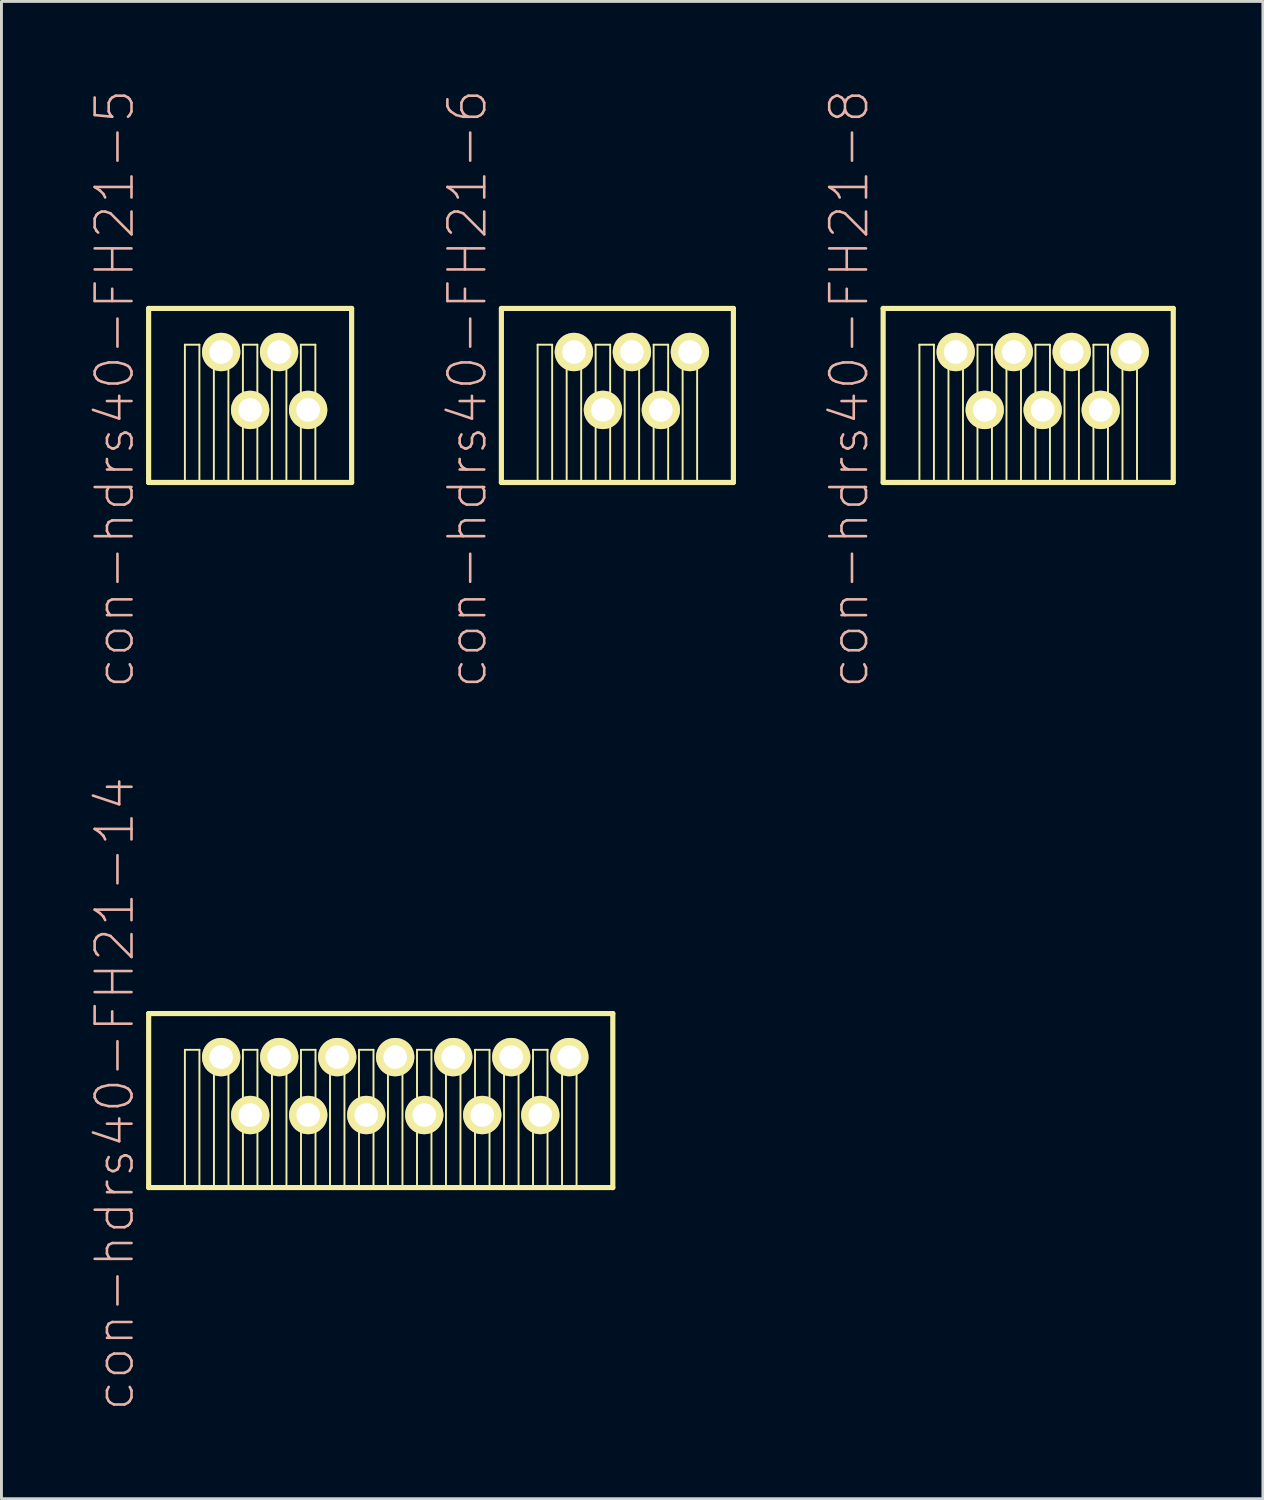
<source format=kicad_pcb>
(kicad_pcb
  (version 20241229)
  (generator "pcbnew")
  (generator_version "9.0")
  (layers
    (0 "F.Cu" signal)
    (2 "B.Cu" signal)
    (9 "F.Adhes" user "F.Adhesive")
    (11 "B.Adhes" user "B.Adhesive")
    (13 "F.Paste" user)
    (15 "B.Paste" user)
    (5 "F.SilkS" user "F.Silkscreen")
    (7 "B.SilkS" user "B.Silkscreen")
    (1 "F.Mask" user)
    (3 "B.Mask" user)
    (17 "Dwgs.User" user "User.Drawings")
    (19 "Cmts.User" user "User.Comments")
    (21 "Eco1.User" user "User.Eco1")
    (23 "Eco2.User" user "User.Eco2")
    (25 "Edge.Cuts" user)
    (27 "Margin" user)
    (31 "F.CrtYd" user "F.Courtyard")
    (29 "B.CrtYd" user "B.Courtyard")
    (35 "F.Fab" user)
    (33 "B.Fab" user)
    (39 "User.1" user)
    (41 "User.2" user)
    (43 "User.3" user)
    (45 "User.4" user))
  (footprint "con-hdrs40-FH21-8"
    (layer "F.Cu")
    (at 32.385 10.079)
    (property "Reference" "con-hdrs40-FH21-8" (at -6.172 0.269 90) (layer "B.SilkS") (effects (font (size 1.27 1.27) (thickness 0.089))))
    (attr exclude_from_pos_files exclude_from_bom)
    (fp_line (start -4.999 -2.499) (end 4.999 -2.499) (stroke (width 0.178) (type solid)) (layer "F.SilkS"))
    (fp_line (start -4.999 3.498) (end -4.999 -2.499) (stroke (width 0.178) (type solid)) (layer "F.SilkS"))
    (fp_line (start -3.749 -1.25) (end -3.249 -1.25) (stroke (width 0.066) (type solid)) (layer "F.SilkS"))
    (fp_line (start -3.749 3.498) (end -3.749 -1.25) (stroke (width 0.066) (type solid)) (layer "F.SilkS"))
    (fp_line (start -3.749 3.498) (end -3.249 3.498) (stroke (width 0.066) (type solid)) (layer "F.SilkS"))
    (fp_line (start -3.249 3.498) (end -3.249 -1.25) (stroke (width 0.066) (type solid)) (layer "F.SilkS"))
    (fp_line (start -2.748 -1.25) (end -2.248 -1.25) (stroke (width 0.066) (type solid)) (layer "F.SilkS"))
    (fp_line (start -2.748 3.498) (end -2.748 -1.25) (stroke (width 0.066) (type solid)) (layer "F.SilkS"))
    (fp_line (start -2.748 3.498) (end -2.248 3.498) (stroke (width 0.066) (type solid)) (layer "F.SilkS"))
    (fp_line (start -2.248 3.498) (end -2.248 -1.25) (stroke (width 0.066) (type solid)) (layer "F.SilkS"))
    (fp_line (start -1.748 -1.25) (end -1.25 -1.25) (stroke (width 0.066) (type solid)) (layer "F.SilkS"))
    (fp_line (start -1.748 3.498) (end -1.748 -1.25) (stroke (width 0.066) (type solid)) (layer "F.SilkS"))
    (fp_line (start -1.748 3.498) (end -1.25 3.498) (stroke (width 0.066) (type solid)) (layer "F.SilkS"))
    (fp_line (start -1.25 3.498) (end -1.25 -1.25) (stroke (width 0.066) (type solid)) (layer "F.SilkS"))
    (fp_line (start -0.749 -1.25) (end -0.249 -1.25) (stroke (width 0.066) (type solid)) (layer "F.SilkS"))
    (fp_line (start -0.749 3.498) (end -0.749 -1.25) (stroke (width 0.066) (type solid)) (layer "F.SilkS"))
    (fp_line (start -0.749 3.498) (end -0.249 3.498) (stroke (width 0.066) (type solid)) (layer "F.SilkS"))
    (fp_line (start -0.249 3.498) (end -0.249 -1.25) (stroke (width 0.066) (type solid)) (layer "F.SilkS"))
    (fp_line (start 0.249 -1.25) (end 0.749 -1.25) (stroke (width 0.066) (type solid)) (layer "F.SilkS"))
    (fp_line (start 0.249 3.498) (end 0.249 -1.25) (stroke (width 0.066) (type solid)) (layer "F.SilkS"))
    (fp_line (start 0.249 3.498) (end 0.749 3.498) (stroke (width 0.066) (type solid)) (layer "F.SilkS"))
    (fp_line (start 0.749 3.498) (end 0.749 -1.25) (stroke (width 0.066) (type solid)) (layer "F.SilkS"))
    (fp_line (start 1.25 -1.25) (end 1.748 -1.25) (stroke (width 0.066) (type solid)) (layer "F.SilkS"))
    (fp_line (start 1.25 3.498) (end 1.25 -1.25) (stroke (width 0.066) (type solid)) (layer "F.SilkS"))
    (fp_line (start 1.25 3.498) (end 1.748 3.498) (stroke (width 0.066) (type solid)) (layer "F.SilkS"))
    (fp_line (start 1.748 3.498) (end 1.748 -1.25) (stroke (width 0.066) (type solid)) (layer "F.SilkS"))
    (fp_line (start 2.248 -1.25) (end 2.748 -1.25) (stroke (width 0.066) (type solid)) (layer "F.SilkS"))
    (fp_line (start 2.248 3.498) (end 2.248 -1.25) (stroke (width 0.066) (type solid)) (layer "F.SilkS"))
    (fp_line (start 2.248 3.498) (end 2.748 3.498) (stroke (width 0.066) (type solid)) (layer "F.SilkS"))
    (fp_line (start 2.748 3.498) (end 2.748 -1.25) (stroke (width 0.066) (type solid)) (layer "F.SilkS"))
    (fp_line (start 3.249 -1.25) (end 3.749 -1.25) (stroke (width 0.066) (type solid)) (layer "F.SilkS"))
    (fp_line (start 3.249 3.498) (end 3.249 -1.25) (stroke (width 0.066) (type solid)) (layer "F.SilkS"))
    (fp_line (start 3.249 3.498) (end 3.749 3.498) (stroke (width 0.066) (type solid)) (layer "F.SilkS"))
    (fp_line (start 3.749 3.498) (end 3.749 -1.25) (stroke (width 0.066) (type solid)) (layer "F.SilkS"))
    (fp_line (start 4.999 -2.499) (end 4.999 3.498) (stroke (width 0.178) (type solid)) (layer "F.SilkS"))
    (fp_line (start 4.999 3.498) (end -4.999 3.498) (stroke (width 0.178) (type solid)) (layer "F.SilkS"))
    (pad "1" thru_hole rect (at -3.498 0.998) (size 0.001 0.001) (drill 0.813) (layers "*.Cu" "F.Mask" "F.SilkS" "F.Paste"))
    (pad "2" thru_hole circle (at -2.499 -0.998) (size 1.321 1.321) (drill 0.813) (layers "*.Cu" "F.Mask" "F.SilkS" "F.Paste"))
    (pad "3" thru_hole circle (at -1.499 0.998) (size 1.321 1.321) (drill 0.813) (layers "*.Cu" "F.Mask" "F.SilkS" "F.Paste"))
    (pad "4" thru_hole circle (at -0.498 -0.998) (size 1.321 1.321) (drill 0.813) (layers "*.Cu" "F.Mask" "F.SilkS" "F.Paste"))
    (pad "5" thru_hole circle (at 0.498 0.998) (size 1.321 1.321) (drill 0.813) (layers "*.Cu" "F.Mask" "F.SilkS" "F.Paste"))
    (pad "6" thru_hole circle (at 1.499 -0.998) (size 1.321 1.321) (drill 0.813) (layers "*.Cu" "F.Mask" "F.SilkS" "F.Paste"))
    (pad "7" thru_hole circle (at 2.499 0.998) (size 1.321 1.321) (drill 0.813) (layers "*.Cu" "F.Mask" "F.SilkS" "F.Paste"))
    (pad "8" thru_hole circle (at 3.498 -0.998) (size 1.321 1.321) (drill 0.813) (layers "*.Cu" "F.Mask" "F.SilkS" "F.Paste")))
  (footprint "con-hdrs40-FH21-14"
    (layer "F.Cu")
    (at 10.071 34.379)
    (property "Reference" "con-hdrs40-FH21-14" (at -9.172 0.269 90) (layer "B.SilkS") (effects (font (size 1.27 1.27) (thickness 0.089))))
    (attr exclude_from_pos_files exclude_from_bom)
    (fp_line (start -7.998 -2.499) (end 7.998 -2.499) (stroke (width 0.178) (type solid)) (layer "F.SilkS"))
    (fp_line (start -7.998 3.498) (end -7.998 -2.499) (stroke (width 0.178) (type solid)) (layer "F.SilkS"))
    (fp_line (start -6.749 -1.25) (end -6.248 -1.25) (stroke (width 0.066) (type solid)) (layer "F.SilkS"))
    (fp_line (start -6.749 3.498) (end -6.749 -1.25) (stroke (width 0.066) (type solid)) (layer "F.SilkS"))
    (fp_line (start -6.749 3.498) (end -6.248 3.498) (stroke (width 0.066) (type solid)) (layer "F.SilkS"))
    (fp_line (start -6.248 3.498) (end -6.248 -1.25) (stroke (width 0.066) (type solid)) (layer "F.SilkS"))
    (fp_line (start -5.748 -1.25) (end -5.248 -1.25) (stroke (width 0.066) (type solid)) (layer "F.SilkS"))
    (fp_line (start -5.748 3.498) (end -5.748 -1.25) (stroke (width 0.066) (type solid)) (layer "F.SilkS"))
    (fp_line (start -5.748 3.498) (end -5.248 3.498) (stroke (width 0.066) (type solid)) (layer "F.SilkS"))
    (fp_line (start -5.248 3.498) (end -5.248 -1.25) (stroke (width 0.066) (type solid)) (layer "F.SilkS"))
    (fp_line (start -4.75 -1.25) (end -4.249 -1.25) (stroke (width 0.066) (type solid)) (layer "F.SilkS"))
    (fp_line (start -4.75 3.498) (end -4.75 -1.25) (stroke (width 0.066) (type solid)) (layer "F.SilkS"))
    (fp_line (start -4.75 3.498) (end -4.249 3.498) (stroke (width 0.066) (type solid)) (layer "F.SilkS"))
    (fp_line (start -4.249 3.498) (end -4.249 -1.25) (stroke (width 0.066) (type solid)) (layer "F.SilkS"))
    (fp_line (start -3.749 -1.25) (end -3.249 -1.25) (stroke (width 0.066) (type solid)) (layer "F.SilkS"))
    (fp_line (start -3.749 3.498) (end -3.749 -1.25) (stroke (width 0.066) (type solid)) (layer "F.SilkS"))
    (fp_line (start -3.749 3.498) (end -3.249 3.498) (stroke (width 0.066) (type solid)) (layer "F.SilkS"))
    (fp_line (start -3.249 3.498) (end -3.249 -1.25) (stroke (width 0.066) (type solid)) (layer "F.SilkS"))
    (fp_line (start -2.748 -1.25) (end -2.248 -1.25) (stroke (width 0.066) (type solid)) (layer "F.SilkS"))
    (fp_line (start -2.748 3.498) (end -2.748 -1.25) (stroke (width 0.066) (type solid)) (layer "F.SilkS"))
    (fp_line (start -2.748 3.498) (end -2.248 3.498) (stroke (width 0.066) (type solid)) (layer "F.SilkS"))
    (fp_line (start -2.248 3.498) (end -2.248 -1.25) (stroke (width 0.066) (type solid)) (layer "F.SilkS"))
    (fp_line (start -1.748 -1.25) (end -1.25 -1.25) (stroke (width 0.066) (type solid)) (layer "F.SilkS"))
    (fp_line (start -1.748 3.498) (end -1.748 -1.25) (stroke (width 0.066) (type solid)) (layer "F.SilkS"))
    (fp_line (start -1.748 3.498) (end -1.25 3.498) (stroke (width 0.066) (type solid)) (layer "F.SilkS"))
    (fp_line (start -1.25 3.498) (end -1.25 -1.25) (stroke (width 0.066) (type solid)) (layer "F.SilkS"))
    (fp_line (start -0.749 -1.25) (end -0.249 -1.25) (stroke (width 0.066) (type solid)) (layer "F.SilkS"))
    (fp_line (start -0.749 3.498) (end -0.749 -1.25) (stroke (width 0.066) (type solid)) (layer "F.SilkS"))
    (fp_line (start -0.749 3.498) (end -0.249 3.498) (stroke (width 0.066) (type solid)) (layer "F.SilkS"))
    (fp_line (start -0.249 3.498) (end -0.249 -1.25) (stroke (width 0.066) (type solid)) (layer "F.SilkS"))
    (fp_line (start 0.249 -1.25) (end 0.749 -1.25) (stroke (width 0.066) (type solid)) (layer "F.SilkS"))
    (fp_line (start 0.249 3.498) (end 0.249 -1.25) (stroke (width 0.066) (type solid)) (layer "F.SilkS"))
    (fp_line (start 0.249 3.498) (end 0.749 3.498) (stroke (width 0.066) (type solid)) (layer "F.SilkS"))
    (fp_line (start 0.749 3.498) (end 0.749 -1.25) (stroke (width 0.066) (type solid)) (layer "F.SilkS"))
    (fp_line (start 1.25 -1.25) (end 1.748 -1.25) (stroke (width 0.066) (type solid)) (layer "F.SilkS"))
    (fp_line (start 1.25 3.498) (end 1.25 -1.25) (stroke (width 0.066) (type solid)) (layer "F.SilkS"))
    (fp_line (start 1.25 3.498) (end 1.748 3.498) (stroke (width 0.066) (type solid)) (layer "F.SilkS"))
    (fp_line (start 1.748 3.498) (end 1.748 -1.25) (stroke (width 0.066) (type solid)) (layer "F.SilkS"))
    (fp_line (start 2.248 -1.25) (end 2.748 -1.25) (stroke (width 0.066) (type solid)) (layer "F.SilkS"))
    (fp_line (start 2.248 3.498) (end 2.248 -1.25) (stroke (width 0.066) (type solid)) (layer "F.SilkS"))
    (fp_line (start 2.248 3.498) (end 2.748 3.498) (stroke (width 0.066) (type solid)) (layer "F.SilkS"))
    (fp_line (start 2.748 3.498) (end 2.748 -1.25) (stroke (width 0.066) (type solid)) (layer "F.SilkS"))
    (fp_line (start 3.249 -1.25) (end 3.749 -1.25) (stroke (width 0.066) (type solid)) (layer "F.SilkS"))
    (fp_line (start 3.249 3.498) (end 3.249 -1.25) (stroke (width 0.066) (type solid)) (layer "F.SilkS"))
    (fp_line (start 3.249 3.498) (end 3.749 3.498) (stroke (width 0.066) (type solid)) (layer "F.SilkS"))
    (fp_line (start 3.749 3.498) (end 3.749 -1.25) (stroke (width 0.066) (type solid)) (layer "F.SilkS"))
    (fp_line (start 4.249 -1.25) (end 4.75 -1.25) (stroke (width 0.066) (type solid)) (layer "F.SilkS"))
    (fp_line (start 4.249 3.498) (end 4.249 -1.25) (stroke (width 0.066) (type solid)) (layer "F.SilkS"))
    (fp_line (start 4.249 3.498) (end 4.75 3.498) (stroke (width 0.066) (type solid)) (layer "F.SilkS"))
    (fp_line (start 4.75 3.498) (end 4.75 -1.25) (stroke (width 0.066) (type solid)) (layer "F.SilkS"))
    (fp_line (start 5.248 -1.25) (end 5.748 -1.25) (stroke (width 0.066) (type solid)) (layer "F.SilkS"))
    (fp_line (start 5.248 3.498) (end 5.248 -1.25) (stroke (width 0.066) (type solid)) (layer "F.SilkS"))
    (fp_line (start 5.248 3.498) (end 5.748 3.498) (stroke (width 0.066) (type solid)) (layer "F.SilkS"))
    (fp_line (start 5.748 3.498) (end 5.748 -1.25) (stroke (width 0.066) (type solid)) (layer "F.SilkS"))
    (fp_line (start 6.248 -1.25) (end 6.749 -1.25) (stroke (width 0.066) (type solid)) (layer "F.SilkS"))
    (fp_line (start 6.248 3.498) (end 6.248 -1.25) (stroke (width 0.066) (type solid)) (layer "F.SilkS"))
    (fp_line (start 6.248 3.498) (end 6.749 3.498) (stroke (width 0.066) (type solid)) (layer "F.SilkS"))
    (fp_line (start 6.749 3.498) (end 6.749 -1.25) (stroke (width 0.066) (type solid)) (layer "F.SilkS"))
    (fp_line (start 7.998 -2.499) (end 7.998 3.498) (stroke (width 0.178) (type solid)) (layer "F.SilkS"))
    (fp_line (start 7.998 3.498) (end -7.998 3.498) (stroke (width 0.178) (type solid)) (layer "F.SilkS"))
    (pad "1" thru_hole rect (at -6.5 0.998) (size 0.001 0.001) (drill 0.813) (layers "*.Cu" "F.Mask" "F.SilkS" "F.Paste"))
    (pad "2" thru_hole circle (at -5.499 -0.998) (size 1.321 1.321) (drill 0.813) (layers "*.Cu" "F.Mask" "F.SilkS" "F.Paste"))
    (pad "3" thru_hole circle (at -4.498 0.998) (size 1.321 1.321) (drill 0.813) (layers "*.Cu" "F.Mask" "F.SilkS" "F.Paste"))
    (pad "4" thru_hole circle (at -3.498 -0.998) (size 1.321 1.321) (drill 0.813) (layers "*.Cu" "F.Mask" "F.SilkS" "F.Paste"))
    (pad "5" thru_hole circle (at -2.499 0.998) (size 1.321 1.321) (drill 0.813) (layers "*.Cu" "F.Mask" "F.SilkS" "F.Paste"))
    (pad "6" thru_hole circle (at -1.499 -0.998) (size 1.321 1.321) (drill 0.813) (layers "*.Cu" "F.Mask" "F.SilkS" "F.Paste"))
    (pad "7" thru_hole circle (at -0.498 0.998) (size 1.321 1.321) (drill 0.813) (layers "*.Cu" "F.Mask" "F.SilkS" "F.Paste"))
    (pad "8" thru_hole circle (at 0.498 -0.998) (size 1.321 1.321) (drill 0.813) (layers "*.Cu" "F.Mask" "F.SilkS" "F.Paste"))
    (pad "9" thru_hole circle (at 1.499 0.998) (size 1.321 1.321) (drill 0.813) (layers "*.Cu" "F.Mask" "F.SilkS" "F.Paste"))
    (pad "10" thru_hole circle (at 2.499 -0.998) (size 1.321 1.321) (drill 0.813) (layers "*.Cu" "F.Mask" "F.SilkS" "F.Paste"))
    (pad "11" thru_hole circle (at 3.498 0.998) (size 1.321 1.321) (drill 0.813) (layers "*.Cu" "F.Mask" "F.SilkS" "F.Paste"))
    (pad "12" thru_hole circle (at 4.498 -0.998) (size 1.321 1.321) (drill 0.813) (layers "*.Cu" "F.Mask" "F.SilkS" "F.Paste"))
    (pad "13" thru_hole circle (at 5.499 0.998) (size 1.321 1.321) (drill 0.813) (layers "*.Cu" "F.Mask" "F.SilkS" "F.Paste"))
    (pad "14" thru_hole circle (at 6.5 -0.998) (size 1.321 1.321) (drill 0.813) (layers "*.Cu" "F.Mask" "F.SilkS" "F.Paste")))
  (footprint "con-hdrs40-FH21-5"
    (layer "F.Cu")
    (at 5.57 10.079)
    (property "Reference" "con-hdrs40-FH21-5" (at -4.671 0.269 90) (layer "B.SilkS") (effects (font (size 1.27 1.27) (thickness 0.089))))
    (attr exclude_from_pos_files exclude_from_bom)
    (fp_line (start -3.498 -2.499) (end 3.498 -2.499) (stroke (width 0.178) (type solid)) (layer "F.SilkS"))
    (fp_line (start -3.498 3.498) (end -3.498 -2.499) (stroke (width 0.178) (type solid)) (layer "F.SilkS"))
    (fp_line (start -2.248 -1.25) (end -1.748 -1.25) (stroke (width 0.066) (type solid)) (layer "F.SilkS"))
    (fp_line (start -2.248 3.498) (end -2.248 -1.25) (stroke (width 0.066) (type solid)) (layer "F.SilkS"))
    (fp_line (start -2.248 3.498) (end -1.748 3.498) (stroke (width 0.066) (type solid)) (layer "F.SilkS"))
    (fp_line (start -1.748 3.498) (end -1.748 -1.25) (stroke (width 0.066) (type solid)) (layer "F.SilkS"))
    (fp_line (start -1.25 -1.25) (end -0.749 -1.25) (stroke (width 0.066) (type solid)) (layer "F.SilkS"))
    (fp_line (start -1.25 3.498) (end -1.25 -1.25) (stroke (width 0.066) (type solid)) (layer "F.SilkS"))
    (fp_line (start -1.25 3.498) (end -0.749 3.498) (stroke (width 0.066) (type solid)) (layer "F.SilkS"))
    (fp_line (start -0.749 3.498) (end -0.749 -1.25) (stroke (width 0.066) (type solid)) (layer "F.SilkS"))
    (fp_line (start -0.249 -1.25) (end 0.249 -1.25) (stroke (width 0.066) (type solid)) (layer "F.SilkS"))
    (fp_line (start -0.249 3.498) (end -0.249 -1.25) (stroke (width 0.066) (type solid)) (layer "F.SilkS"))
    (fp_line (start -0.249 3.498) (end 0.249 3.498) (stroke (width 0.066) (type solid)) (layer "F.SilkS"))
    (fp_line (start 0.249 3.498) (end 0.249 -1.25) (stroke (width 0.066) (type solid)) (layer "F.SilkS"))
    (fp_line (start 0.749 -1.25) (end 1.25 -1.25) (stroke (width 0.066) (type solid)) (layer "F.SilkS"))
    (fp_line (start 0.749 3.498) (end 0.749 -1.25) (stroke (width 0.066) (type solid)) (layer "F.SilkS"))
    (fp_line (start 0.749 3.498) (end 1.25 3.498) (stroke (width 0.066) (type solid)) (layer "F.SilkS"))
    (fp_line (start 1.25 3.498) (end 1.25 -1.25) (stroke (width 0.066) (type solid)) (layer "F.SilkS"))
    (fp_line (start 1.748 -1.25) (end 2.248 -1.25) (stroke (width 0.066) (type solid)) (layer "F.SilkS"))
    (fp_line (start 1.748 3.498) (end 1.748 -1.25) (stroke (width 0.066) (type solid)) (layer "F.SilkS"))
    (fp_line (start 1.748 3.498) (end 2.248 3.498) (stroke (width 0.066) (type solid)) (layer "F.SilkS"))
    (fp_line (start 2.248 3.498) (end 2.248 -1.25) (stroke (width 0.066) (type solid)) (layer "F.SilkS"))
    (fp_line (start 3.498 -2.499) (end 3.498 3.498) (stroke (width 0.178) (type solid)) (layer "F.SilkS"))
    (fp_line (start 3.498 3.498) (end -3.498 3.498) (stroke (width 0.178) (type solid)) (layer "F.SilkS"))
    (pad "1" thru_hole rect (at -1.999 0.998) (size 0.001 0.001) (drill 0.813) (layers "*.Cu" "F.Mask" "F.SilkS" "F.Paste"))
    (pad "2" thru_hole circle (at -0.998 -0.998) (size 1.321 1.321) (drill 0.813) (layers "*.Cu" "F.Mask" "F.SilkS" "F.Paste"))
    (pad "3" thru_hole circle (at 0 0.998) (size 1.321 1.321) (drill 0.813) (layers "*.Cu" "F.Mask" "F.SilkS" "F.Paste"))
    (pad "4" thru_hole circle (at 0.998 -0.998) (size 1.321 1.321) (drill 0.813) (layers "*.Cu" "F.Mask" "F.SilkS" "F.Paste"))
    (pad "5" thru_hole circle (at 1.999 0.998) (size 1.321 1.321) (drill 0.813) (layers "*.Cu" "F.Mask" "F.SilkS" "F.Paste")))
  (footprint "con-hdrs40-FH21-6"
    (layer "F.Cu")
    (at 18.727 10.079)
    (property "Reference" "con-hdrs40-FH21-6" (at -5.672 0.269 90) (layer "B.SilkS") (effects (font (size 1.27 1.27) (thickness 0.089))))
    (attr exclude_from_pos_files exclude_from_bom)
    (fp_line (start -4.498 -2.499) (end 3.498 -2.499) (stroke (width 0.178) (type solid)) (layer "F.SilkS"))
    (fp_line (start -4.498 3.498) (end -4.498 -2.499) (stroke (width 0.178) (type solid)) (layer "F.SilkS"))
    (fp_line (start -3.249 -1.25) (end -2.748 -1.25) (stroke (width 0.066) (type solid)) (layer "F.SilkS"))
    (fp_line (start -3.249 3.498) (end -3.249 -1.25) (stroke (width 0.066) (type solid)) (layer "F.SilkS"))
    (fp_line (start -3.249 3.498) (end -2.748 3.498) (stroke (width 0.066) (type solid)) (layer "F.SilkS"))
    (fp_line (start -2.748 3.498) (end -2.748 -1.25) (stroke (width 0.066) (type solid)) (layer "F.SilkS"))
    (fp_line (start -2.248 -1.25) (end -1.748 -1.25) (stroke (width 0.066) (type solid)) (layer "F.SilkS"))
    (fp_line (start -2.248 3.498) (end -2.248 -1.25) (stroke (width 0.066) (type solid)) (layer "F.SilkS"))
    (fp_line (start -2.248 3.498) (end -1.748 3.498) (stroke (width 0.066) (type solid)) (layer "F.SilkS"))
    (fp_line (start -1.748 3.498) (end -1.748 -1.25) (stroke (width 0.066) (type solid)) (layer "F.SilkS"))
    (fp_line (start -1.25 -1.25) (end -0.749 -1.25) (stroke (width 0.066) (type solid)) (layer "F.SilkS"))
    (fp_line (start -1.25 3.498) (end -1.25 -1.25) (stroke (width 0.066) (type solid)) (layer "F.SilkS"))
    (fp_line (start -1.25 3.498) (end -0.749 3.498) (stroke (width 0.066) (type solid)) (layer "F.SilkS"))
    (fp_line (start -0.749 3.498) (end -0.749 -1.25) (stroke (width 0.066) (type solid)) (layer "F.SilkS"))
    (fp_line (start -0.249 -1.25) (end 0.249 -1.25) (stroke (width 0.066) (type solid)) (layer "F.SilkS"))
    (fp_line (start -0.249 3.498) (end -0.249 -1.25) (stroke (width 0.066) (type solid)) (layer "F.SilkS"))
    (fp_line (start -0.249 3.498) (end 0.249 3.498) (stroke (width 0.066) (type solid)) (layer "F.SilkS"))
    (fp_line (start 0.249 3.498) (end 0.249 -1.25) (stroke (width 0.066) (type solid)) (layer "F.SilkS"))
    (fp_line (start 0.749 -1.25) (end 1.25 -1.25) (stroke (width 0.066) (type solid)) (layer "F.SilkS"))
    (fp_line (start 0.749 3.498) (end 0.749 -1.25) (stroke (width 0.066) (type solid)) (layer "F.SilkS"))
    (fp_line (start 0.749 3.498) (end 1.25 3.498) (stroke (width 0.066) (type solid)) (layer "F.SilkS"))
    (fp_line (start 1.25 3.498) (end 1.25 -1.25) (stroke (width 0.066) (type solid)) (layer "F.SilkS"))
    (fp_line (start 1.748 -1.25) (end 2.248 -1.25) (stroke (width 0.066) (type solid)) (layer "F.SilkS"))
    (fp_line (start 1.748 3.498) (end 1.748 -1.25) (stroke (width 0.066) (type solid)) (layer "F.SilkS"))
    (fp_line (start 1.748 3.498) (end 2.248 3.498) (stroke (width 0.066) (type solid)) (layer "F.SilkS"))
    (fp_line (start 2.248 3.498) (end 2.248 -1.25) (stroke (width 0.066) (type solid)) (layer "F.SilkS"))
    (fp_line (start 3.498 -2.499) (end 3.498 3.498) (stroke (width 0.178) (type solid)) (layer "F.SilkS"))
    (fp_line (start 3.498 3.498) (end -4.498 3.498) (stroke (width 0.178) (type solid)) (layer "F.SilkS"))
    (pad "1" thru_hole rect (at -3 0.998) (size 0.001 0.001) (drill 0.813) (layers "*.Cu" "F.Mask" "F.SilkS" "F.Paste"))
    (pad "2" thru_hole circle (at -1.999 -0.998) (size 1.321 1.321) (drill 0.813) (layers "*.Cu" "F.Mask" "F.SilkS" "F.Paste"))
    (pad "3" thru_hole circle (at -0.998 0.998) (size 1.321 1.321) (drill 0.813) (layers "*.Cu" "F.Mask" "F.SilkS" "F.Paste"))
    (pad "4" thru_hole circle (at 0 -0.998) (size 1.321 1.321) (drill 0.813) (layers "*.Cu" "F.Mask" "F.SilkS" "F.Paste"))
    (pad "5" thru_hole circle (at 0.998 0.998) (size 1.321 1.321) (drill 0.813) (layers "*.Cu" "F.Mask" "F.SilkS" "F.Paste"))
    (pad "6" thru_hole circle (at 1.999 -0.998) (size 1.321 1.321) (drill 0.813) (layers "*.Cu" "F.Mask" "F.SilkS" "F.Paste")))
  (gr_rect
    (start -3 -3)
    (end 40.473 48.601)
    (stroke (width 0.1) (type default))
    (fill no)
    (layer "Edge.Cuts")))
</source>
